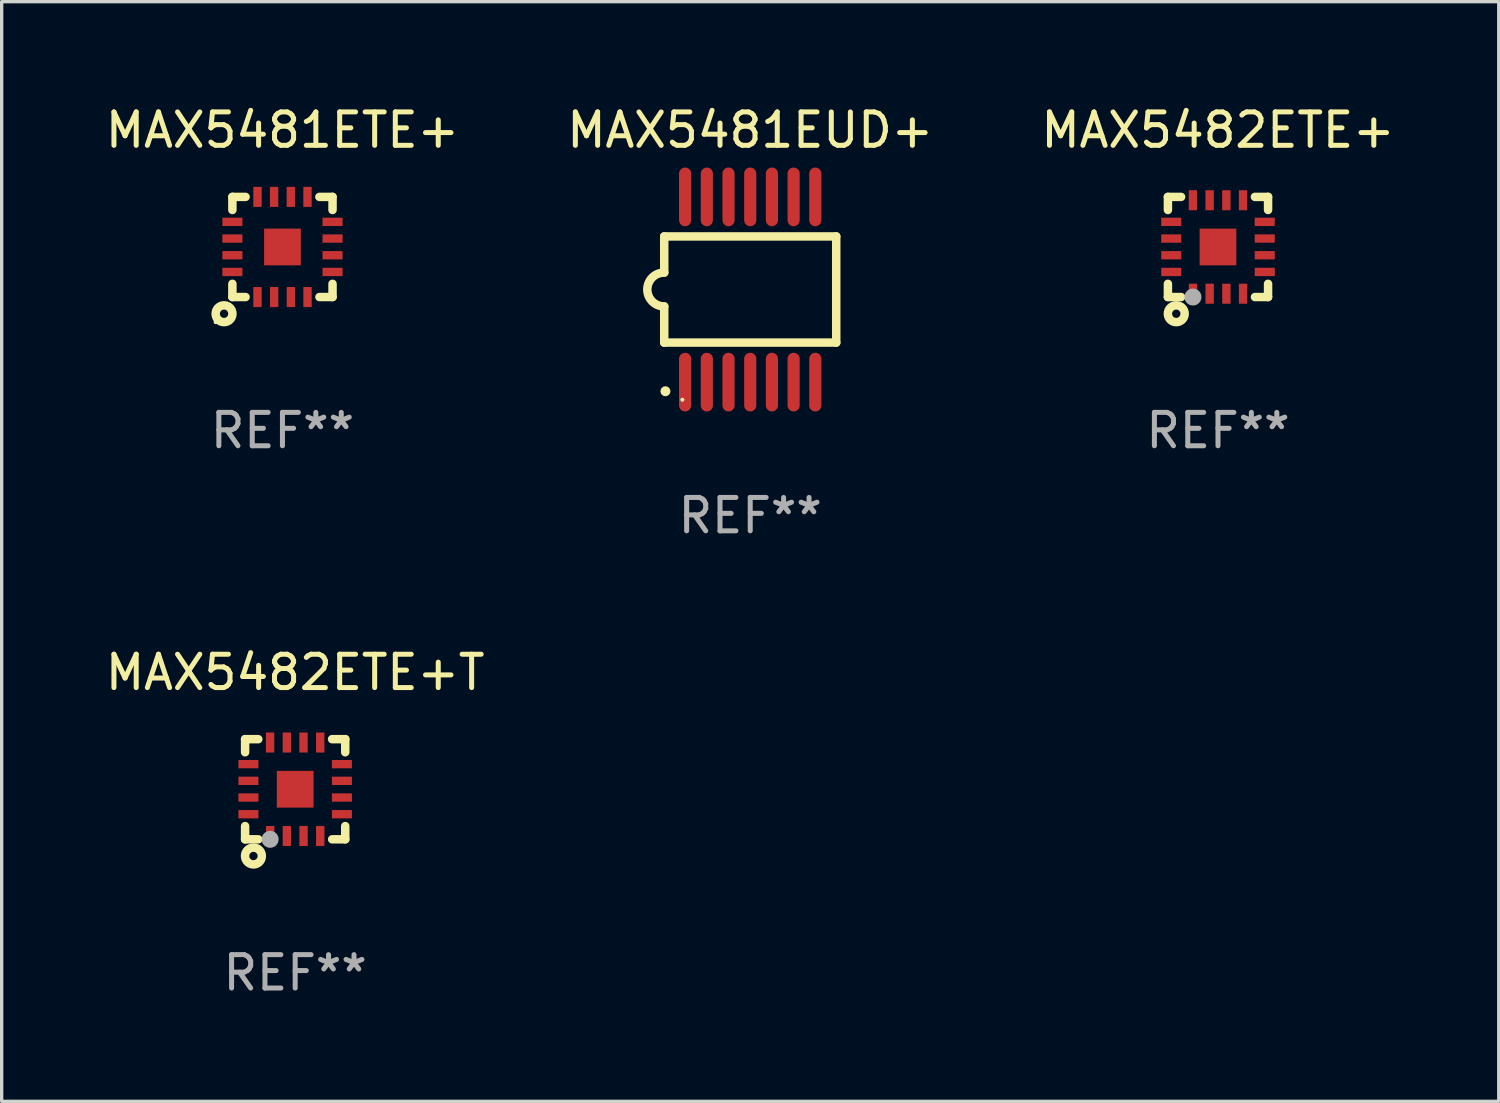
<source format=kicad_pcb>
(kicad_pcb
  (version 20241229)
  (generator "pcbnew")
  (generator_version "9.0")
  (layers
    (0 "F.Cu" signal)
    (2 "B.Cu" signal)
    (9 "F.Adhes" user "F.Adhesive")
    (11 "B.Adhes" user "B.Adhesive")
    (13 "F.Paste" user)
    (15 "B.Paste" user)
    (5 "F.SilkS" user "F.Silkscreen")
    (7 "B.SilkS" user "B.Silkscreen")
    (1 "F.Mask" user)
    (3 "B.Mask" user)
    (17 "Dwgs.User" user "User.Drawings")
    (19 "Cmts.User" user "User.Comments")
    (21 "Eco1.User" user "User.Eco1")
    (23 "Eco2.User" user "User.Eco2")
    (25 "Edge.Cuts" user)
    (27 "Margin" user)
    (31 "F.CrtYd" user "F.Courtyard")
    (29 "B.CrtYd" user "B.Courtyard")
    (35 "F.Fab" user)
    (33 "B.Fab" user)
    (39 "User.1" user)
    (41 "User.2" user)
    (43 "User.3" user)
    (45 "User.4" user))
  (footprint "MAX5481EUD+"
    (layer "F.Cu")
    (at 19.423 5.622)
    (property "Reference" "MAX5481EUD+" (at 0 -4.774 0) (layer "F.SilkS") (effects (font (size 1 1) (thickness 0.15))))
    (attr through_hole)
    (fp_line (start -2.576 -1.59) (end -2.576 -0.508) (stroke (width 0.254) (type solid)) (layer "F.SilkS"))
    (fp_line (start -2.576 -1.59) (end 2.576 -1.59) (stroke (width 0.254) (type solid)) (layer "F.SilkS"))
    (fp_line (start -2.576 1.59) (end -2.576 0.508) (stroke (width 0.254) (type solid)) (layer "F.SilkS"))
    (fp_line (start 2.576 -1.59) (end 2.576 1.59) (stroke (width 0.254) (type solid)) (layer "F.SilkS"))
    (fp_line (start 2.576 1.59) (end -2.576 1.59) (stroke (width 0.254) (type solid)) (layer "F.SilkS"))
    (fp_arc (start -2.576099 0.506706) (mid -3.081511 0) (end -2.576098 -0.506706) (stroke (width 0.254001) (type solid)) (layer "F.SilkS"))
    (fp_circle (center -2.54 3.048) (end -2.465 3.048) (stroke (width 0.15) (type solid)) (fill no) (layer "F.SilkS"))
    (fp_circle (center -2.032 3.302) (end -2.002 3.302) (stroke (width 0.06) (type solid)) (fill no) (layer "F.SilkS"))
    (fp_text user "REF**" (at 0 6.774 0) (layer "F.Fab") (effects (font (size 1 1) (thickness 0.15))))
    (pad "1" smd oval (at -1.95 2.774) (size 0.364 1.758) (layers "F.Cu" "F.Mask" "F.Paste"))
    (pad "2" smd oval (at -1.3 2.774) (size 0.364 1.758) (layers "F.Cu" "F.Mask" "F.Paste"))
    (pad "3" smd oval (at -0.65 2.774) (size 0.364 1.758) (layers "F.Cu" "F.Mask" "F.Paste"))
    (pad "4" smd oval (at 0 2.774) (size 0.364 1.758) (layers "F.Cu" "F.Mask" "F.Paste"))
    (pad "5" smd oval (at 0.65 2.774) (size 0.364 1.758) (layers "F.Cu" "F.Mask" "F.Paste"))
    (pad "6" smd oval (at 1.3 2.774) (size 0.364 1.758) (layers "F.Cu" "F.Mask" "F.Paste"))
    (pad "7" smd oval (at 1.95 2.774) (size 0.364 1.758) (layers "F.Cu" "F.Mask" "F.Paste"))
    (pad "8" smd oval (at 1.95 -2.774) (size 0.364 1.758) (layers "F.Cu" "F.Mask" "F.Paste"))
    (pad "9" smd oval (at 1.3 -2.774) (size 0.364 1.758) (layers "F.Cu" "F.Mask" "F.Paste"))
    (pad "10" smd oval (at 0.65 -2.774) (size 0.364 1.758) (layers "F.Cu" "F.Mask" "F.Paste"))
    (pad "11" smd oval (at 0 -2.774) (size 0.364 1.758) (layers "F.Cu" "F.Mask" "F.Paste"))
    (pad "12" smd oval (at -0.65 -2.774) (size 0.364 1.758) (layers "F.Cu" "F.Mask" "F.Paste"))
    (pad "13" smd oval (at -1.3 -2.774) (size 0.364 1.758) (layers "F.Cu" "F.Mask" "F.Paste"))
    (pad "14" smd oval (at -1.95 -2.774) (size 0.364 1.758) (layers "F.Cu" "F.Mask" "F.Paste")))
  (footprint "MAX5482ETE+"
    (layer "F.Cu")
    (at 33.435 4.348)
    (property "Reference" "MAX5482ETE+" (at 0 -3.5 0) (layer "F.SilkS") (effects (font (size 1 1) (thickness 0.15))))
    (attr through_hole)
    (fp_line (start -1.5 -1.5) (end -1.5 -1.108) (stroke (width 0.254) (type solid)) (layer "F.SilkS"))
    (fp_line (start -1.5 -1.5) (end -1.105 -1.5) (stroke (width 0.254) (type solid)) (layer "F.SilkS"))
    (fp_line (start -1.5 1.104) (end -1.5 1.5) (stroke (width 0.254) (type solid)) (layer "F.SilkS"))
    (fp_line (start -1.5 1.5) (end -1.105 1.5) (stroke (width 0.254) (type solid)) (layer "F.SilkS"))
    (fp_line (start 1.106 -1.5) (end 1.5 -1.5) (stroke (width 0.254) (type solid)) (layer "F.SilkS"))
    (fp_line (start 1.108 1.5) (end 1.5 1.5) (stroke (width 0.254) (type solid)) (layer "F.SilkS"))
    (fp_line (start 1.5 -1.108) (end 1.5 -1.5) (stroke (width 0.254) (type solid)) (layer "F.SilkS"))
    (fp_line (start 1.5 1.5) (end 1.5 1.104) (stroke (width 0.254) (type solid)) (layer "F.SilkS"))
    (fp_circle (center -1.5 1.5) (end -1.47 1.5) (stroke (width 0.06) (type solid)) (fill no) (layer "F.SilkS"))
    (fp_circle (center -1.25 2) (end -1.125 2) (stroke (width 0.254) (type solid)) (fill no) (layer "F.SilkS"))
    (fp_circle (center -0.75 1.5) (end -0.623 1.5) (stroke (width 0.254) (type solid)) (fill no) (layer "F.Fab"))
    (fp_text user "REF**" (at 0 5.5 0) (layer "F.Fab") (effects (font (size 1 1) (thickness 0.15))))
    (pad "1" smd rect (at -0.749 1.4 180) (size 0.25 0.6) (layers "F.Cu" "F.Mask" "F.Paste"))
    (pad "2" smd rect (at -0.249 1.4 180) (size 0.25 0.6) (layers "F.Cu" "F.Mask" "F.Paste"))
    (pad "3" smd rect (at 0.251 1.4 180) (size 0.25 0.6) (layers "F.Cu" "F.Mask" "F.Paste"))
    (pad "4" smd rect (at 0.751 1.4 180) (size 0.25 0.6) (layers "F.Cu" "F.Mask" "F.Paste"))
    (pad "5" smd rect (at 1.4 0.748 270) (size 0.25 0.6) (layers "F.Cu" "F.Mask" "F.Paste"))
    (pad "6" smd rect (at 1.4 0.248 270) (size 0.25 0.6) (layers "F.Cu" "F.Mask" "F.Paste"))
    (pad "7" smd rect (at 1.4 -0.252 270) (size 0.25 0.6) (layers "F.Cu" "F.Mask" "F.Paste"))
    (pad "8" smd rect (at 1.4 -0.752 270) (size 0.25 0.6) (layers "F.Cu" "F.Mask" "F.Paste"))
    (pad "9" smd rect (at 0.75 -1.4) (size 0.25 0.6) (layers "F.Cu" "F.Mask" "F.Paste"))
    (pad "10" smd rect (at 0.25 -1.4) (size 0.25 0.6) (layers "F.Cu" "F.Mask" "F.Paste"))
    (pad "11" smd rect (at -0.25 -1.4) (size 0.25 0.6) (layers "F.Cu" "F.Mask" "F.Paste"))
    (pad "12" smd rect (at -0.751 -1.4) (size 0.25 0.6) (layers "F.Cu" "F.Mask" "F.Paste"))
    (pad "13" smd rect (at -1.4 -0.752 90) (size 0.25 0.6) (layers "F.Cu" "F.Mask" "F.Paste"))
    (pad "14" smd rect (at -1.4 -0.252 90) (size 0.25 0.6) (layers "F.Cu" "F.Mask" "F.Paste"))
    (pad "15" smd rect (at -1.4 0.248 90) (size 0.25 0.6) (layers "F.Cu" "F.Mask" "F.Paste"))
    (pad "16" smd rect (at -1.4 0.748 90) (size 0.25 0.6) (layers "F.Cu" "F.Mask" "F.Paste"))
    (pad "17" smd rect (at -0.000241 0.000013 90) (size 1.1 1.1) (layers "F.Cu" "F.Mask" "F.Paste")))
  (footprint "MAX5482ETE+T"
    (layer "F.Cu")
    (at 5.792 20.592)
    (property "Reference" "MAX5482ETE+T" (at 0 -3.5 0) (layer "F.SilkS") (effects (font (size 1 1) (thickness 0.15))))
    (attr through_hole)
    (fp_line (start -1.5 -1.5) (end -1.5 -1.108) (stroke (width 0.254) (type solid)) (layer "F.SilkS"))
    (fp_line (start -1.5 -1.5) (end -1.105 -1.5) (stroke (width 0.254) (type solid)) (layer "F.SilkS"))
    (fp_line (start -1.5 1.104) (end -1.5 1.5) (stroke (width 0.254) (type solid)) (layer "F.SilkS"))
    (fp_line (start -1.5 1.5) (end -1.105 1.5) (stroke (width 0.254) (type solid)) (layer "F.SilkS"))
    (fp_line (start 1.106 -1.5) (end 1.5 -1.5) (stroke (width 0.254) (type solid)) (layer "F.SilkS"))
    (fp_line (start 1.108 1.5) (end 1.5 1.5) (stroke (width 0.254) (type solid)) (layer "F.SilkS"))
    (fp_line (start 1.5 -1.108) (end 1.5 -1.5) (stroke (width 0.254) (type solid)) (layer "F.SilkS"))
    (fp_line (start 1.5 1.5) (end 1.5 1.104) (stroke (width 0.254) (type solid)) (layer "F.SilkS"))
    (fp_circle (center -1.5 1.5) (end -1.47 1.5) (stroke (width 0.06) (type solid)) (fill no) (layer "F.SilkS"))
    (fp_circle (center -1.25 2) (end -1.125 2) (stroke (width 0.254) (type solid)) (fill no) (layer "F.SilkS"))
    (fp_circle (center -0.75 1.5) (end -0.623 1.5) (stroke (width 0.254) (type solid)) (fill no) (layer "F.Fab"))
    (fp_text user "REF**" (at 0 5.5 0) (layer "F.Fab") (effects (font (size 1 1) (thickness 0.15))))
    (pad "1" smd rect (at -0.749 1.4 180) (size 0.25 0.6) (layers "F.Cu" "F.Mask" "F.Paste"))
    (pad "2" smd rect (at -0.249 1.4 180) (size 0.25 0.6) (layers "F.Cu" "F.Mask" "F.Paste"))
    (pad "3" smd rect (at 0.251 1.4 180) (size 0.25 0.6) (layers "F.Cu" "F.Mask" "F.Paste"))
    (pad "4" smd rect (at 0.751 1.4 180) (size 0.25 0.6) (layers "F.Cu" "F.Mask" "F.Paste"))
    (pad "5" smd rect (at 1.4 0.748 270) (size 0.25 0.6) (layers "F.Cu" "F.Mask" "F.Paste"))
    (pad "6" smd rect (at 1.4 0.248 270) (size 0.25 0.6) (layers "F.Cu" "F.Mask" "F.Paste"))
    (pad "7" smd rect (at 1.4 -0.252 270) (size 0.25 0.6) (layers "F.Cu" "F.Mask" "F.Paste"))
    (pad "8" smd rect (at 1.4 -0.752 270) (size 0.25 0.6) (layers "F.Cu" "F.Mask" "F.Paste"))
    (pad "9" smd rect (at 0.75 -1.4) (size 0.25 0.6) (layers "F.Cu" "F.Mask" "F.Paste"))
    (pad "10" smd rect (at 0.25 -1.4) (size 0.25 0.6) (layers "F.Cu" "F.Mask" "F.Paste"))
    (pad "11" smd rect (at -0.25 -1.4) (size 0.25 0.6) (layers "F.Cu" "F.Mask" "F.Paste"))
    (pad "12" smd rect (at -0.751 -1.4) (size 0.25 0.6) (layers "F.Cu" "F.Mask" "F.Paste"))
    (pad "13" smd rect (at -1.4 -0.752 90) (size 0.25 0.6) (layers "F.Cu" "F.Mask" "F.Paste"))
    (pad "14" smd rect (at -1.4 -0.252 90) (size 0.25 0.6) (layers "F.Cu" "F.Mask" "F.Paste"))
    (pad "15" smd rect (at -1.4 0.248 90) (size 0.25 0.6) (layers "F.Cu" "F.Mask" "F.Paste"))
    (pad "16" smd rect (at -1.4 0.748 90) (size 0.25 0.6) (layers "F.Cu" "F.Mask" "F.Paste"))
    (pad "17" smd rect (at -0.000241 0.000013 90) (size 1.1 1.1) (layers "F.Cu" "F.Mask" "F.Paste")))
  (footprint "MAX5481ETE+"
    (layer "F.Cu")
    (at 5.411 4.348)
    (property "Reference" "MAX5481ETE+" (at 0 -3.5 0) (layer "F.SilkS") (effects (font (size 1 1) (thickness 0.15))))
    (attr through_hole)
    (fp_line (start -1.5 -1.5) (end -1.5 -1.108) (stroke (width 0.254) (type solid)) (layer "F.SilkS"))
    (fp_line (start -1.5 -1.5) (end -1.105 -1.5) (stroke (width 0.254) (type solid)) (layer "F.SilkS"))
    (fp_line (start -1.5 1.104) (end -1.5 1.5) (stroke (width 0.254) (type solid)) (layer "F.SilkS"))
    (fp_line (start -1.5 1.5) (end -1.105 1.5) (stroke (width 0.254) (type solid)) (layer "F.SilkS"))
    (fp_line (start 1.106 -1.5) (end 1.5 -1.5) (stroke (width 0.254) (type solid)) (layer "F.SilkS"))
    (fp_line (start 1.108 1.5) (end 1.5 1.5) (stroke (width 0.254) (type solid)) (layer "F.SilkS"))
    (fp_line (start 1.5 -1.108) (end 1.5 -1.5) (stroke (width 0.254) (type solid)) (layer "F.SilkS"))
    (fp_line (start 1.5 1.5) (end 1.5 1.104) (stroke (width 0.254) (type solid)) (layer "F.SilkS"))
    (fp_circle (center -2.002 2.252) (end -1.972 2.252) (stroke (width 0.06) (type solid)) (fill no) (layer "F.SilkS"))
    (fp_circle (center -1.75 2) (end -1.625 2) (stroke (width 0.254) (type solid)) (fill no) (layer "F.SilkS"))
    (fp_text user "REF**" (at 0 5.5 0) (layer "F.Fab") (effects (font (size 1 1) (thickness 0.15))))
    (pad "1" smd rect (at -0.748 1.5 180) (size 0.25 0.6) (layers "F.Cu" "F.Mask" "F.Paste"))
    (pad "2" smd rect (at -0.249 1.5 180) (size 0.25 0.6) (layers "F.Cu" "F.Mask" "F.Paste"))
    (pad "3" smd rect (at 0.252 1.5 180) (size 0.25 0.6) (layers "F.Cu" "F.Mask" "F.Paste"))
    (pad "4" smd rect (at 0.751 1.5 180) (size 0.25 0.6) (layers "F.Cu" "F.Mask" "F.Paste"))
    (pad "5" smd rect (at 1.5 0.748 270) (size 0.25 0.6) (layers "F.Cu" "F.Mask" "F.Paste"))
    (pad "6" smd rect (at 1.5 0.248 270) (size 0.25 0.6) (layers "F.Cu" "F.Mask" "F.Paste"))
    (pad "7" smd rect (at 1.5 -0.252 270) (size 0.25 0.6) (layers "F.Cu" "F.Mask" "F.Paste"))
    (pad "8" smd rect (at 1.5 -0.752 270) (size 0.25 0.6) (layers "F.Cu" "F.Mask" "F.Paste"))
    (pad "9" smd rect (at 0.75 -1.5) (size 0.25 0.6) (layers "F.Cu" "F.Mask" "F.Paste"))
    (pad "10" smd rect (at 0.25 -1.5) (size 0.25 0.6) (layers "F.Cu" "F.Mask" "F.Paste"))
    (pad "11" smd rect (at -0.25 -1.5) (size 0.25 0.6) (layers "F.Cu" "F.Mask" "F.Paste"))
    (pad "12" smd rect (at -0.748 -1.5) (size 0.25 0.6) (layers "F.Cu" "F.Mask" "F.Paste"))
    (pad "13" smd rect (at -1.5 -0.752 90) (size 0.25 0.6) (layers "F.Cu" "F.Mask" "F.Paste"))
    (pad "14" smd rect (at -1.5 -0.252 90) (size 0.25 0.6) (layers "F.Cu" "F.Mask" "F.Paste"))
    (pad "15" smd rect (at -1.5 0.248 90) (size 0.25 0.6) (layers "F.Cu" "F.Mask" "F.Paste"))
    (pad "16" smd rect (at -1.5 0.748 90) (size 0.25 0.6) (layers "F.Cu" "F.Mask" "F.Paste"))
    (pad "17" smd rect (at -0.000191 -0.000051 90) (size 1.1 1.1) (layers "F.Cu" "F.Mask" "F.Paste")))
  (gr_rect
    (start -3 -3)
    (end 41.845 29.94)
    (stroke (width 0.1) (type default))
    (fill no)
    (layer "Edge.Cuts")))
</source>
